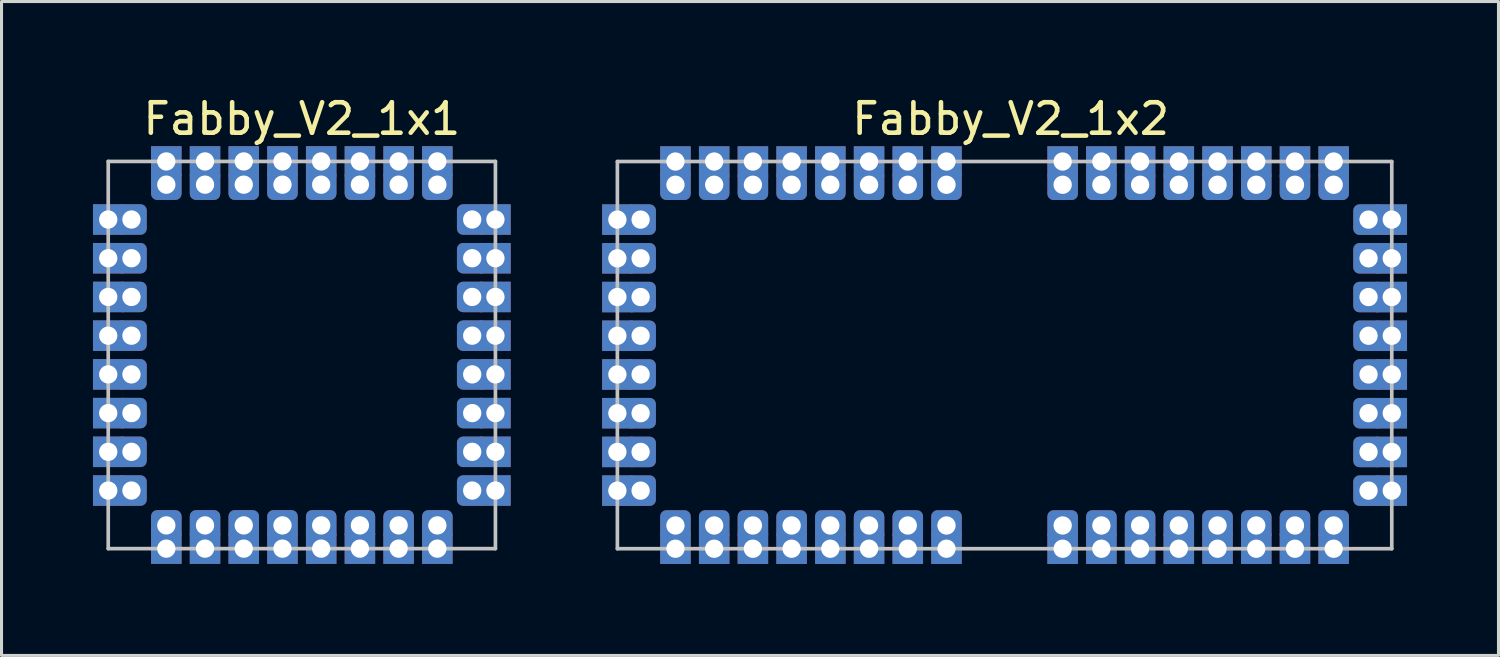
<source format=kicad_pcb>
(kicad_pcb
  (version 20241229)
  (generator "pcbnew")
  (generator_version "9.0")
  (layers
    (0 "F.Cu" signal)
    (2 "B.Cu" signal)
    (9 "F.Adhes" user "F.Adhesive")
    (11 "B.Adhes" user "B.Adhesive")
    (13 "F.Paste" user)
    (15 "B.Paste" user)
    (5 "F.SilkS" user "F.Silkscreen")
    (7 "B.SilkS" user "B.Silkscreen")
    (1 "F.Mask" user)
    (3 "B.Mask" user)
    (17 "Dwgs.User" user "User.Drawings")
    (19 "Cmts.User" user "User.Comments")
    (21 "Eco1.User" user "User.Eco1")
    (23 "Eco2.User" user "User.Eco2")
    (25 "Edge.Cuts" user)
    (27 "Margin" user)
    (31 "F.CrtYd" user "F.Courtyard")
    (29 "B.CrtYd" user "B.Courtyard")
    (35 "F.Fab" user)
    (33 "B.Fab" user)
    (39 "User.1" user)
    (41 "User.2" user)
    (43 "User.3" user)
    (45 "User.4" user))
  (footprint "Fabby_V2_1x2"
    (layer "F.Cu")
    (at 30.1 8.898)
    (property "Reference" "Fabby_V2_1x2" (at 0 -8.05 0) (layer "F.SilkS") (effects (font (size 1 1) (thickness 0.15))))
    (attr through_hole)
    (fp_line (start -12.9 -6.65) (end -12.9 6.05) (stroke (width 0.12) (type solid)) (layer "Dwgs.User"))
    (fp_line (start -12.9 -6.65) (end 12.5 -6.65) (stroke (width 0.12) (type solid)) (layer "Dwgs.User"))
    (fp_line (start 12.5 -6.65) (end 12.5 6.05) (stroke (width 0.12) (type solid)) (layer "Dwgs.User"))
    (fp_line (start 12.5 6.05) (end -12.9 6.05) (stroke (width 0.12) (type solid)) (layer "Dwgs.User"))
    (pad "1" thru_hole rect (at -12.9 -4.745 90) (size 1 1) (drill 0.6) (layers "*.Cu" "*.Mask"))
    (pad "1" thru_hole roundrect (at -12.138 -4.745 270) (size 1 1) (drill 0.6) (layers "*.Cu" "*.Mask") (roundrect_rratio 0.2))
    (pad "2" thru_hole rect (at -12.9 -3.475 90) (size 1 1) (drill 0.6) (layers "*.Cu" "*.Mask"))
    (pad "2" thru_hole roundrect (at -12.138 -3.475 270) (size 1 1) (drill 0.6) (layers "*.Cu" "*.Mask") (roundrect_rratio 0.2))
    (pad "3" thru_hole rect (at -12.9 -2.205 90) (size 1 1) (drill 0.6) (layers "*.Cu" "*.Mask"))
    (pad "3" thru_hole roundrect (at -12.138 -2.205 270) (size 1 1) (drill 0.6) (layers "*.Cu" "*.Mask") (roundrect_rratio 0.2))
    (pad "4" thru_hole rect (at -12.9 -0.935 90) (size 1 1) (drill 0.6) (layers "*.Cu" "*.Mask"))
    (pad "4" thru_hole roundrect (at -12.138 -0.935 270) (size 1 1) (drill 0.6) (layers "*.Cu" "*.Mask") (roundrect_rratio 0.2))
    (pad "5" thru_hole rect (at -12.9 0.335 90) (size 1 1) (drill 0.6) (layers "*.Cu" "*.Mask"))
    (pad "5" thru_hole roundrect (at -12.138 0.335 270) (size 1 1) (drill 0.6) (layers "*.Cu" "*.Mask") (roundrect_rratio 0.2))
    (pad "6" thru_hole rect (at -12.9 1.605 180) (size 1 1) (drill 0.6) (layers "*.Cu" "*.Mask"))
    (pad "6" thru_hole roundrect (at -12.138 1.605 270) (size 1 1) (drill 0.6) (layers "*.Cu" "*.Mask") (roundrect_rratio 0.2))
    (pad "7" thru_hole rect (at -12.9 2.875 90) (size 1 1) (drill 0.6) (layers "*.Cu" "*.Mask"))
    (pad "7" thru_hole roundrect (at -12.138 2.875 270) (size 1 1) (drill 0.6) (layers "*.Cu" "*.Mask") (roundrect_rratio 0.2))
    (pad "8" thru_hole rect (at -12.9 4.145 90) (size 1 1) (drill 0.6) (layers "*.Cu" "*.Mask"))
    (pad "8" thru_hole roundrect (at -12.138 4.145 270) (size 1 1) (drill 0.6) (layers "*.Cu" "*.Mask") (roundrect_rratio 0.2))
    (pad "9" thru_hole roundrect (at -10.995 5.288 270) (size 1 1) (drill 0.6) (layers "*.Cu" "*.Mask") (roundrect_rratio 0.2))
    (pad "9" thru_hole rect (at -10.995 6.05 90) (size 1 1) (drill 0.6) (layers "*.Cu" "*.Mask"))
    (pad "10" thru_hole roundrect (at -9.725 5.288 270) (size 1 1) (drill 0.6) (layers "*.Cu" "*.Mask") (roundrect_rratio 0.2))
    (pad "10" thru_hole rect (at -9.725 6.05 90) (size 1 1) (drill 0.6) (layers "*.Cu" "*.Mask"))
    (pad "11" thru_hole roundrect (at -8.455 5.288 270) (size 1 1) (drill 0.6) (layers "*.Cu" "*.Mask") (roundrect_rratio 0.2))
    (pad "11" thru_hole rect (at -8.455 6.05 90) (size 1 1) (drill 0.6) (layers "*.Cu" "*.Mask"))
    (pad "12" thru_hole roundrect (at -7.185 5.288 270) (size 1 1) (drill 0.6) (layers "*.Cu" "*.Mask") (roundrect_rratio 0.2))
    (pad "12" thru_hole rect (at -7.185 6.05 90) (size 1 1) (drill 0.6) (layers "*.Cu" "*.Mask"))
    (pad "13" thru_hole roundrect (at -5.915 5.288 270) (size 1 1) (drill 0.6) (layers "*.Cu" "*.Mask") (roundrect_rratio 0.2))
    (pad "13" thru_hole rect (at -5.915 6.05 90) (size 1 1) (drill 0.6) (layers "*.Cu" "*.Mask"))
    (pad "14" thru_hole roundrect (at -4.645 5.288 270) (size 1 1) (drill 0.6) (layers "*.Cu" "*.Mask") (roundrect_rratio 0.2))
    (pad "14" thru_hole rect (at -4.645 6.05 90) (size 1 1) (drill 0.6) (layers "*.Cu" "*.Mask"))
    (pad "15" thru_hole roundrect (at -3.375 5.288 270) (size 1 1) (drill 0.6) (layers "*.Cu" "*.Mask") (roundrect_rratio 0.2))
    (pad "15" thru_hole rect (at -3.375 6.05 90) (size 1 1) (drill 0.6) (layers "*.Cu" "*.Mask"))
    (pad "16" thru_hole roundrect (at -2.105 5.288 270) (size 1 1) (drill 0.6) (layers "*.Cu" "*.Mask") (roundrect_rratio 0.2))
    (pad "16" thru_hole rect (at -2.105 6.05 90) (size 1 1) (drill 0.6) (layers "*.Cu" "*.Mask"))
    (pad "17" thru_hole roundrect (at 1.705 5.288 270) (size 1 1) (drill 0.6) (layers "*.Cu" "*.Mask") (roundrect_rratio 0.2))
    (pad "17" thru_hole rect (at 1.705 6.05 90) (size 1 1) (drill 0.6) (layers "*.Cu" "*.Mask"))
    (pad "18" thru_hole roundrect (at 2.975 5.288 270) (size 1 1) (drill 0.6) (layers "*.Cu" "*.Mask") (roundrect_rratio 0.2))
    (pad "18" thru_hole rect (at 2.975 6.05 90) (size 1 1) (drill 0.6) (layers "*.Cu" "*.Mask"))
    (pad "19" thru_hole roundrect (at 4.245 5.288 270) (size 1 1) (drill 0.6) (layers "*.Cu" "*.Mask") (roundrect_rratio 0.2))
    (pad "19" thru_hole rect (at 4.245 6.05 90) (size 1 1) (drill 0.6) (layers "*.Cu" "*.Mask"))
    (pad "20" thru_hole roundrect (at 5.515 5.288 270) (size 1 1) (drill 0.6) (layers "*.Cu" "*.Mask") (roundrect_rratio 0.2))
    (pad "20" thru_hole rect (at 5.515 6.05 90) (size 1 1) (drill 0.6) (layers "*.Cu" "*.Mask"))
    (pad "21" thru_hole roundrect (at 6.785 5.288 270) (size 1 1) (drill 0.6) (layers "*.Cu" "*.Mask") (roundrect_rratio 0.2))
    (pad "21" thru_hole rect (at 6.785 6.05 90) (size 1 1) (drill 0.6) (layers "*.Cu" "*.Mask"))
    (pad "22" thru_hole roundrect (at 8.055 5.288 270) (size 1 1) (drill 0.6) (layers "*.Cu" "*.Mask") (roundrect_rratio 0.2))
    (pad "22" thru_hole rect (at 8.055 6.05 90) (size 1 1) (drill 0.6) (layers "*.Cu" "*.Mask"))
    (pad "23" thru_hole roundrect (at 9.325 5.288 270) (size 1 1) (drill 0.6) (layers "*.Cu" "*.Mask") (roundrect_rratio 0.2))
    (pad "23" thru_hole rect (at 9.325 6.05 90) (size 1 1) (drill 0.6) (layers "*.Cu" "*.Mask"))
    (pad "24" thru_hole roundrect (at 10.595 5.288 270) (size 1 1) (drill 0.6) (layers "*.Cu" "*.Mask") (roundrect_rratio 0.2))
    (pad "24" thru_hole rect (at 10.595 6.05 90) (size 1 1) (drill 0.6) (layers "*.Cu" "*.Mask"))
    (pad "25" thru_hole roundrect (at 11.738 4.145 180) (size 1 1) (drill 0.6) (layers "*.Cu" "*.Mask") (roundrect_rratio 0.2))
    (pad "25" thru_hole rect (at 12.5 4.145 90) (size 1 1) (drill 0.6) (layers "*.Cu" "*.Mask"))
    (pad "26" thru_hole roundrect (at 11.738 2.875 180) (size 1 1) (drill 0.6) (layers "*.Cu" "*.Mask") (roundrect_rratio 0.2))
    (pad "26" thru_hole rect (at 12.5 2.875 90) (size 1 1) (drill 0.6) (layers "*.Cu" "*.Mask"))
    (pad "27" thru_hole roundrect (at 11.738 1.605 180) (size 1 1) (drill 0.6) (layers "*.Cu" "*.Mask") (roundrect_rratio 0.2))
    (pad "27" thru_hole rect (at 12.5 1.605 90) (size 1 1) (drill 0.6) (layers "*.Cu" "*.Mask"))
    (pad "28" thru_hole roundrect (at 11.738 0.335 180) (size 1 1) (drill 0.6) (layers "*.Cu" "*.Mask") (roundrect_rratio 0.2))
    (pad "28" thru_hole rect (at 12.5 0.335 90) (size 1 1) (drill 0.6) (layers "*.Cu" "*.Mask"))
    (pad "29" thru_hole roundrect (at 11.738 -0.935 180) (size 1 1) (drill 0.6) (layers "*.Cu" "*.Mask") (roundrect_rratio 0.2))
    (pad "29" thru_hole rect (at 12.5 -0.935 90) (size 1 1) (drill 0.6) (layers "*.Cu" "*.Mask"))
    (pad "30" thru_hole roundrect (at 11.738 -2.205 180) (size 1 1) (drill 0.6) (layers "*.Cu" "*.Mask") (roundrect_rratio 0.2))
    (pad "30" thru_hole rect (at 12.5 -2.205 90) (size 1 1) (drill 0.6) (layers "*.Cu" "*.Mask"))
    (pad "31" thru_hole roundrect (at 11.738 -3.475 180) (size 1 1) (drill 0.6) (layers "*.Cu" "*.Mask") (roundrect_rratio 0.2))
    (pad "31" thru_hole rect (at 12.5 -3.475 90) (size 1 1) (drill 0.6) (layers "*.Cu" "*.Mask"))
    (pad "32" thru_hole roundrect (at 11.738 -4.745 180) (size 1 1) (drill 0.6) (layers "*.Cu" "*.Mask") (roundrect_rratio 0.2))
    (pad "32" thru_hole rect (at 12.5 -4.745 90) (size 1 1) (drill 0.6) (layers "*.Cu" "*.Mask"))
    (pad "33" thru_hole rect (at 10.595 -6.65 90) (size 1 1) (drill 0.6) (layers "*.Cu" "*.Mask"))
    (pad "33" thru_hole roundrect (at 10.595 -5.888 180) (size 1 1) (drill 0.6) (layers "*.Cu" "*.Mask") (roundrect_rratio 0.2))
    (pad "34" thru_hole rect (at 9.325 -6.65 90) (size 1 1) (drill 0.6) (layers "*.Cu" "*.Mask"))
    (pad "34" thru_hole roundrect (at 9.325 -5.888 180) (size 1 1) (drill 0.6) (layers "*.Cu" "*.Mask") (roundrect_rratio 0.2))
    (pad "35" thru_hole rect (at 8.055 -6.65 90) (size 1 1) (drill 0.6) (layers "*.Cu" "*.Mask"))
    (pad "35" thru_hole roundrect (at 8.055 -5.888 180) (size 1 1) (drill 0.6) (layers "*.Cu" "*.Mask") (roundrect_rratio 0.2))
    (pad "36" thru_hole rect (at 6.785 -6.65 90) (size 1 1) (drill 0.6) (layers "*.Cu" "*.Mask"))
    (pad "36" thru_hole roundrect (at 6.785 -5.888 180) (size 1 1) (drill 0.6) (layers "*.Cu" "*.Mask") (roundrect_rratio 0.2))
    (pad "37" thru_hole rect (at 5.515 -6.65 90) (size 1 1) (drill 0.6) (layers "*.Cu" "*.Mask"))
    (pad "37" thru_hole roundrect (at 5.515 -5.888 180) (size 1 1) (drill 0.6) (layers "*.Cu" "*.Mask") (roundrect_rratio 0.2))
    (pad "38" thru_hole rect (at 4.245 -6.65 90) (size 1 1) (drill 0.6) (layers "*.Cu" "*.Mask"))
    (pad "38" thru_hole roundrect (at 4.245 -5.888 180) (size 1 1) (drill 0.6) (layers "*.Cu" "*.Mask") (roundrect_rratio 0.2))
    (pad "39" thru_hole rect (at 2.975 -6.65 90) (size 1 1) (drill 0.6) (layers "*.Cu" "*.Mask"))
    (pad "39" thru_hole roundrect (at 2.975 -5.888 180) (size 1 1) (drill 0.6) (layers "*.Cu" "*.Mask") (roundrect_rratio 0.2))
    (pad "40" thru_hole rect (at 1.705 -6.65 90) (size 1 1) (drill 0.6) (layers "*.Cu" "*.Mask"))
    (pad "40" thru_hole roundrect (at 1.705 -5.888 180) (size 1 1) (drill 0.6) (layers "*.Cu" "*.Mask") (roundrect_rratio 0.2))
    (pad "41" thru_hole rect (at -2.105 -6.65 90) (size 1 1) (drill 0.6) (layers "*.Cu" "*.Mask"))
    (pad "41" thru_hole roundrect (at -2.105 -5.888 180) (size 1 1) (drill 0.6) (layers "*.Cu" "*.Mask") (roundrect_rratio 0.2))
    (pad "42" thru_hole rect (at -3.375 -6.65 90) (size 1 1) (drill 0.6) (layers "*.Cu" "*.Mask"))
    (pad "42" thru_hole roundrect (at -3.375 -5.888 180) (size 1 1) (drill 0.6) (layers "*.Cu" "*.Mask") (roundrect_rratio 0.2))
    (pad "43" thru_hole rect (at -4.645 -6.65 90) (size 1 1) (drill 0.6) (layers "*.Cu" "*.Mask"))
    (pad "43" thru_hole roundrect (at -4.645 -5.888 180) (size 1 1) (drill 0.6) (layers "*.Cu" "*.Mask") (roundrect_rratio 0.2))
    (pad "44" thru_hole rect (at -5.915 -6.65 90) (size 1 1) (drill 0.6) (layers "*.Cu" "*.Mask"))
    (pad "44" thru_hole roundrect (at -5.915 -5.888 180) (size 1 1) (drill 0.6) (layers "*.Cu" "*.Mask") (roundrect_rratio 0.2))
    (pad "45" thru_hole rect (at -7.185 -6.65 90) (size 1 1) (drill 0.6) (layers "*.Cu" "*.Mask"))
    (pad "45" thru_hole roundrect (at -7.185 -5.888 180) (size 1 1) (drill 0.6) (layers "*.Cu" "*.Mask") (roundrect_rratio 0.2))
    (pad "46" thru_hole rect (at -8.455 -6.65 90) (size 1 1) (drill 0.6) (layers "*.Cu" "*.Mask"))
    (pad "46" thru_hole roundrect (at -8.455 -5.888 180) (size 1 1) (drill 0.6) (layers "*.Cu" "*.Mask") (roundrect_rratio 0.2))
    (pad "47" thru_hole rect (at -9.725 -6.65 90) (size 1 1) (drill 0.6) (layers "*.Cu" "*.Mask"))
    (pad "47" thru_hole roundrect (at -9.725 -5.888 180) (size 1 1) (drill 0.6) (layers "*.Cu" "*.Mask") (roundrect_rratio 0.2))
    (pad "48" thru_hole rect (at -10.995 -6.65 180) (size 1 1) (drill 0.6) (layers "*.Cu" "*.Mask"))
    (pad "48" thru_hole roundrect (at -10.995 -5.888 180) (size 1 1) (drill 0.6) (layers "*.Cu" "*.Mask") (roundrect_rratio 0.2)))
  (footprint "Fabby_V2_1x1"
    (layer "F.Cu")
    (at 6.85 8.595)
    (property "Reference" "Fabby_V2_1x1" (at 0 -7.747 0) (layer "F.SilkS") (effects (font (size 1 1) (thickness 0.15))))
    (attr through_hole)
    (fp_line (start -6.35 -6.35) (end -6.35 6.35) (stroke (width 0.12) (type solid)) (layer "Dwgs.User"))
    (fp_line (start -6.35 -6.35) (end 6.35 -6.35) (stroke (width 0.12) (type solid)) (layer "Dwgs.User"))
    (fp_line (start 6.35 -6.35) (end 6.35 6.35) (stroke (width 0.12) (type solid)) (layer "Dwgs.User"))
    (fp_line (start 6.35 6.35) (end -6.35 6.35) (stroke (width 0.12) (type solid)) (layer "Dwgs.User"))
    (pad "13" thru_hole rect (at -6.35 -4.445 90) (size 1 1) (drill 0.6) (layers "*.Cu" "*.Mask"))
    (pad "13" thru_hole rect (at -6.35 -3.175 90) (size 1 1) (drill 0.6) (layers "*.Cu" "*.Mask"))
    (pad "13" thru_hole rect (at -6.35 -1.905 90) (size 1 1) (drill 0.6) (layers "*.Cu" "*.Mask"))
    (pad "13" thru_hole rect (at -6.35 -0.635 90) (size 1 1) (drill 0.6) (layers "*.Cu" "*.Mask"))
    (pad "13" thru_hole rect (at -6.35 0.635 90) (size 1 1) (drill 0.6) (layers "*.Cu" "*.Mask"))
    (pad "13" thru_hole rect (at -6.35 1.905 90) (size 1 1) (drill 0.6) (layers "*.Cu" "*.Mask"))
    (pad "13" thru_hole rect (at -6.35 3.175 90) (size 1 1) (drill 0.6) (layers "*.Cu" "*.Mask"))
    (pad "13" thru_hole rect (at -6.35 4.445 90) (size 1 1) (drill 0.6) (layers "*.Cu" "*.Mask"))
    (pad "13" thru_hole roundrect (at -5.588 -4.445 270) (size 1 1) (drill 0.6) (layers "*.Cu" "*.Mask") (roundrect_rratio 0.2))
    (pad "13" thru_hole roundrect (at -5.588 -3.175 270) (size 1 1) (drill 0.6) (layers "*.Cu" "*.Mask") (roundrect_rratio 0.2))
    (pad "13" thru_hole roundrect (at -5.588 -1.905 270) (size 1 1) (drill 0.6) (layers "*.Cu" "*.Mask") (roundrect_rratio 0.2))
    (pad "13" thru_hole roundrect (at -5.588 -0.635 270) (size 1 1) (drill 0.6) (layers "*.Cu" "*.Mask") (roundrect_rratio 0.2))
    (pad "13" thru_hole roundrect (at -5.588 0.635 270) (size 1 1) (drill 0.6) (layers "*.Cu" "*.Mask") (roundrect_rratio 0.2))
    (pad "13" thru_hole roundrect (at -5.588 1.905 270) (size 1 1) (drill 0.6) (layers "*.Cu" "*.Mask") (roundrect_rratio 0.2))
    (pad "13" thru_hole roundrect (at -5.588 3.175 270) (size 1 1) (drill 0.6) (layers "*.Cu" "*.Mask") (roundrect_rratio 0.2))
    (pad "13" thru_hole roundrect (at -5.588 4.445 270) (size 1 1) (drill 0.6) (layers "*.Cu" "*.Mask") (roundrect_rratio 0.2))
    (pad "13" thru_hole rect (at -4.445 -6.35 90) (size 1 1) (drill 0.6) (layers "*.Cu" "*.Mask"))
    (pad "13" thru_hole roundrect (at -4.445 -5.588 180) (size 1 1) (drill 0.6) (layers "*.Cu" "*.Mask") (roundrect_rratio 0.2))
    (pad "13" thru_hole roundrect (at -4.445 5.588 270) (size 1 1) (drill 0.6) (layers "*.Cu" "*.Mask") (roundrect_rratio 0.2))
    (pad "13" thru_hole rect (at -4.445 6.35 90) (size 1 1) (drill 0.6) (layers "*.Cu" "*.Mask"))
    (pad "13" thru_hole rect (at -3.175 -6.35 90) (size 1 1) (drill 0.6) (layers "*.Cu" "*.Mask"))
    (pad "13" thru_hole roundrect (at -3.175 -5.588 180) (size 1 1) (drill 0.6) (layers "*.Cu" "*.Mask") (roundrect_rratio 0.2))
    (pad "13" thru_hole roundrect (at -3.175 5.588 270) (size 1 1) (drill 0.6) (layers "*.Cu" "*.Mask") (roundrect_rratio 0.2))
    (pad "13" thru_hole rect (at -3.175 6.35 90) (size 1 1) (drill 0.6) (layers "*.Cu" "*.Mask"))
    (pad "13" thru_hole rect (at -1.905 -6.35 90) (size 1 1) (drill 0.6) (layers "*.Cu" "*.Mask"))
    (pad "13" thru_hole roundrect (at -1.905 -5.588 180) (size 1 1) (drill 0.6) (layers "*.Cu" "*.Mask") (roundrect_rratio 0.2))
    (pad "13" thru_hole roundrect (at -1.905 5.588 270) (size 1 1) (drill 0.6) (layers "*.Cu" "*.Mask") (roundrect_rratio 0.2))
    (pad "13" thru_hole rect (at -1.905 6.35 90) (size 1 1) (drill 0.6) (layers "*.Cu" "*.Mask"))
    (pad "13" thru_hole rect (at -0.635 -6.35 90) (size 1 1) (drill 0.6) (layers "*.Cu" "*.Mask"))
    (pad "13" thru_hole roundrect (at -0.635 -5.588 180) (size 1 1) (drill 0.6) (layers "*.Cu" "*.Mask") (roundrect_rratio 0.2))
    (pad "13" thru_hole roundrect (at -0.635 5.588 270) (size 1 1) (drill 0.6) (layers "*.Cu" "*.Mask") (roundrect_rratio 0.2))
    (pad "13" thru_hole rect (at -0.635 6.35 90) (size 1 1) (drill 0.6) (layers "*.Cu" "*.Mask"))
    (pad "13" thru_hole rect (at 0.635 -6.35 90) (size 1 1) (drill 0.6) (layers "*.Cu" "*.Mask"))
    (pad "13" thru_hole roundrect (at 0.635 -5.588 180) (size 1 1) (drill 0.6) (layers "*.Cu" "*.Mask") (roundrect_rratio 0.2))
    (pad "13" thru_hole roundrect (at 0.635 5.588 270) (size 1 1) (drill 0.6) (layers "*.Cu" "*.Mask") (roundrect_rratio 0.2))
    (pad "13" thru_hole rect (at 0.635 6.35 90) (size 1 1) (drill 0.6) (layers "*.Cu" "*.Mask"))
    (pad "13" thru_hole rect (at 1.905 -6.35 90) (size 1 1) (drill 0.6) (layers "*.Cu" "*.Mask"))
    (pad "13" thru_hole roundrect (at 1.905 -5.588 180) (size 1 1) (drill 0.6) (layers "*.Cu" "*.Mask") (roundrect_rratio 0.2))
    (pad "13" thru_hole roundrect (at 1.905 5.588 270) (size 1 1) (drill 0.6) (layers "*.Cu" "*.Mask") (roundrect_rratio 0.2))
    (pad "13" thru_hole rect (at 1.905 6.35 90) (size 1 1) (drill 0.6) (layers "*.Cu" "*.Mask"))
    (pad "13" thru_hole rect (at 3.175 -6.35 90) (size 1 1) (drill 0.6) (layers "*.Cu" "*.Mask"))
    (pad "13" thru_hole roundrect (at 3.175 -5.588 180) (size 1 1) (drill 0.6) (layers "*.Cu" "*.Mask") (roundrect_rratio 0.2))
    (pad "13" thru_hole roundrect (at 3.175 5.588 270) (size 1 1) (drill 0.6) (layers "*.Cu" "*.Mask") (roundrect_rratio 0.2))
    (pad "13" thru_hole rect (at 3.175 6.35 90) (size 1 1) (drill 0.6) (layers "*.Cu" "*.Mask"))
    (pad "13" thru_hole rect (at 4.445 -6.35 90) (size 1 1) (drill 0.6) (layers "*.Cu" "*.Mask"))
    (pad "13" thru_hole roundrect (at 4.445 -5.588 180) (size 1 1) (drill 0.6) (layers "*.Cu" "*.Mask") (roundrect_rratio 0.2))
    (pad "13" thru_hole roundrect (at 4.445 5.588 270) (size 1 1) (drill 0.6) (layers "*.Cu" "*.Mask") (roundrect_rratio 0.2))
    (pad "13" thru_hole rect (at 4.445 6.35 90) (size 1 1) (drill 0.6) (layers "*.Cu" "*.Mask"))
    (pad "13" thru_hole roundrect (at 5.588 -4.445 180) (size 1 1) (drill 0.6) (layers "*.Cu" "*.Mask") (roundrect_rratio 0.2))
    (pad "13" thru_hole roundrect (at 5.588 -3.175 180) (size 1 1) (drill 0.6) (layers "*.Cu" "*.Mask") (roundrect_rratio 0.2))
    (pad "13" thru_hole roundrect (at 5.588 -1.905 180) (size 1 1) (drill 0.6) (layers "*.Cu" "*.Mask") (roundrect_rratio 0.2))
    (pad "13" thru_hole roundrect (at 5.588 -0.635 180) (size 1 1) (drill 0.6) (layers "*.Cu" "*.Mask") (roundrect_rratio 0.2))
    (pad "13" thru_hole roundrect (at 5.588 0.635 180) (size 1 1) (drill 0.6) (layers "*.Cu" "*.Mask") (roundrect_rratio 0.2))
    (pad "13" thru_hole roundrect (at 5.588 1.905 180) (size 1 1) (drill 0.6) (layers "*.Cu" "*.Mask") (roundrect_rratio 0.2))
    (pad "13" thru_hole roundrect (at 5.588 3.175 180) (size 1 1) (drill 0.6) (layers "*.Cu" "*.Mask") (roundrect_rratio 0.2))
    (pad "13" thru_hole roundrect (at 5.588 4.445 180) (size 1 1) (drill 0.6) (layers "*.Cu" "*.Mask") (roundrect_rratio 0.2))
    (pad "13" thru_hole rect (at 6.35 -4.445 90) (size 1 1) (drill 0.6) (layers "*.Cu" "*.Mask"))
    (pad "13" thru_hole rect (at 6.35 -3.175 90) (size 1 1) (drill 0.6) (layers "*.Cu" "*.Mask"))
    (pad "13" thru_hole rect (at 6.35 -1.905 90) (size 1 1) (drill 0.6) (layers "*.Cu" "*.Mask"))
    (pad "13" thru_hole rect (at 6.35 -0.635 90) (size 1 1) (drill 0.6) (layers "*.Cu" "*.Mask"))
    (pad "13" thru_hole rect (at 6.35 0.635 90) (size 1 1) (drill 0.6) (layers "*.Cu" "*.Mask"))
    (pad "13" thru_hole rect (at 6.35 1.905 90) (size 1 1) (drill 0.6) (layers "*.Cu" "*.Mask"))
    (pad "13" thru_hole rect (at 6.35 3.175 90) (size 1 1) (drill 0.6) (layers "*.Cu" "*.Mask"))
    (pad "13" thru_hole rect (at 6.35 4.445 90) (size 1 1) (drill 0.6) (layers "*.Cu" "*.Mask")))
  (gr_rect
    (start -3 -3)
    (end 46.1 18.448)
    (stroke (width 0.1) (type default))
    (fill no)
    (layer "Edge.Cuts")))
</source>
